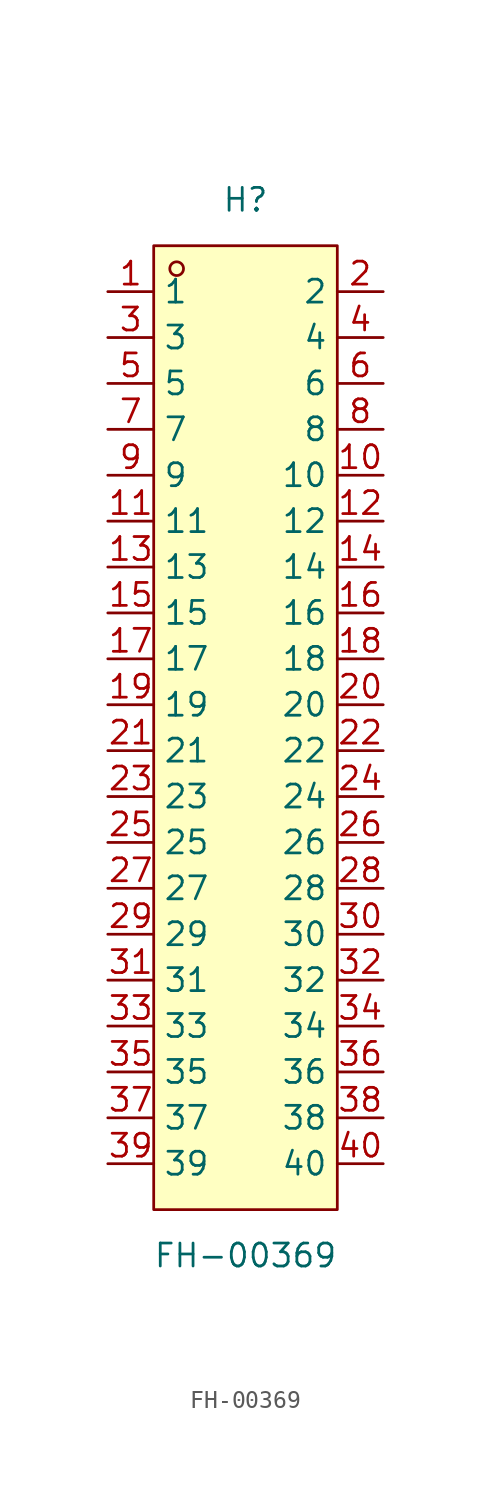
<source format=kicad_sym>
(kicad_symbol_lib
  (version 20211014)
  (generator https://github.com/uPesy/easyeda2kicad.py)
  (symbol "FH-00369"
    (property "Reference" "H"
      (at 0 29.21 0)
      (effects (font (size 1.27 1.27))))
    (property "Value" "FH-00369"
      (at 0 -29.21 0)
      (effects (font (size 1.27 1.27))))
    (symbol "FH-00369_0_1"
      (rectangle (start -5.08 26.67) (end 5.08 -26.67) (stroke (width 0) (type default) (color 0 0 0 0)) (fill (type background)))
      (circle (center -3.81 25.40) (radius 0.38) (stroke (width 0) (type default) (color 0 0 0 0)) (fill (type none)))
      (pin unspecified line (at -7.62 24.13 0) (length 2.54) (name "1" (effects (font (size 1.27 1.27)))) (number "1" (effects (font (size 1.27 1.27)))))
      (pin unspecified line (at 7.62 -24.13 180) (length 2.54) (name "40" (effects (font (size 1.27 1.27)))) (number "40" (effects (font (size 1.27 1.27)))))
      (pin unspecified line (at -7.62 21.59 0) (length 2.54) (name "3" (effects (font (size 1.27 1.27)))) (number "3" (effects (font (size 1.27 1.27)))))
      (pin unspecified line (at 7.62 -21.59 180) (length 2.54) (name "38" (effects (font (size 1.27 1.27)))) (number "38" (effects (font (size 1.27 1.27)))))
      (pin unspecified line (at -7.62 19.05 0) (length 2.54) (name "5" (effects (font (size 1.27 1.27)))) (number "5" (effects (font (size 1.27 1.27)))))
      (pin unspecified line (at 7.62 -19.05 180) (length 2.54) (name "36" (effects (font (size 1.27 1.27)))) (number "36" (effects (font (size 1.27 1.27)))))
      (pin unspecified line (at -7.62 16.51 0) (length 2.54) (name "7" (effects (font (size 1.27 1.27)))) (number "7" (effects (font (size 1.27 1.27)))))
      (pin unspecified line (at 7.62 -16.51 180) (length 2.54) (name "34" (effects (font (size 1.27 1.27)))) (number "34" (effects (font (size 1.27 1.27)))))
      (pin unspecified line (at -7.62 13.97 0) (length 2.54) (name "9" (effects (font (size 1.27 1.27)))) (number "9" (effects (font (size 1.27 1.27)))))
      (pin unspecified line (at 7.62 -13.97 180) (length 2.54) (name "32" (effects (font (size 1.27 1.27)))) (number "32" (effects (font (size 1.27 1.27)))))
      (pin unspecified line (at -7.62 11.43 0) (length 2.54) (name "11" (effects (font (size 1.27 1.27)))) (number "11" (effects (font (size 1.27 1.27)))))
      (pin unspecified line (at 7.62 -11.43 180) (length 2.54) (name "30" (effects (font (size 1.27 1.27)))) (number "30" (effects (font (size 1.27 1.27)))))
      (pin unspecified line (at -7.62 8.89 0) (length 2.54) (name "13" (effects (font (size 1.27 1.27)))) (number "13" (effects (font (size 1.27 1.27)))))
      (pin unspecified line (at 7.62 -8.89 180) (length 2.54) (name "28" (effects (font (size 1.27 1.27)))) (number "28" (effects (font (size 1.27 1.27)))))
      (pin unspecified line (at -7.62 6.35 0) (length 2.54) (name "15" (effects (font (size 1.27 1.27)))) (number "15" (effects (font (size 1.27 1.27)))))
      (pin unspecified line (at 7.62 -6.35 180) (length 2.54) (name "26" (effects (font (size 1.27 1.27)))) (number "26" (effects (font (size 1.27 1.27)))))
      (pin unspecified line (at -7.62 3.81 0) (length 2.54) (name "17" (effects (font (size 1.27 1.27)))) (number "17" (effects (font (size 1.27 1.27)))))
      (pin unspecified line (at 7.62 -3.81 180) (length 2.54) (name "24" (effects (font (size 1.27 1.27)))) (number "24" (effects (font (size 1.27 1.27)))))
      (pin unspecified line (at -7.62 1.27 0) (length 2.54) (name "19" (effects (font (size 1.27 1.27)))) (number "19" (effects (font (size 1.27 1.27)))))
      (pin unspecified line (at 7.62 -1.27 180) (length 2.54) (name "22" (effects (font (size 1.27 1.27)))) (number "22" (effects (font (size 1.27 1.27)))))
      (pin unspecified line (at -7.62 -1.27 0) (length 2.54) (name "21" (effects (font (size 1.27 1.27)))) (number "21" (effects (font (size 1.27 1.27)))))
      (pin unspecified line (at 7.62 1.27 180) (length 2.54) (name "20" (effects (font (size 1.27 1.27)))) (number "20" (effects (font (size 1.27 1.27)))))
      (pin unspecified line (at -7.62 -3.81 0) (length 2.54) (name "23" (effects (font (size 1.27 1.27)))) (number "23" (effects (font (size 1.27 1.27)))))
      (pin unspecified line (at 7.62 3.81 180) (length 2.54) (name "18" (effects (font (size 1.27 1.27)))) (number "18" (effects (font (size 1.27 1.27)))))
      (pin unspecified line (at -7.62 -6.35 0) (length 2.54) (name "25" (effects (font (size 1.27 1.27)))) (number "25" (effects (font (size 1.27 1.27)))))
      (pin unspecified line (at 7.62 6.35 180) (length 2.54) (name "16" (effects (font (size 1.27 1.27)))) (number "16" (effects (font (size 1.27 1.27)))))
      (pin unspecified line (at -7.62 -8.89 0) (length 2.54) (name "27" (effects (font (size 1.27 1.27)))) (number "27" (effects (font (size 1.27 1.27)))))
      (pin unspecified line (at 7.62 8.89 180) (length 2.54) (name "14" (effects (font (size 1.27 1.27)))) (number "14" (effects (font (size 1.27 1.27)))))
      (pin unspecified line (at -7.62 -11.43 0) (length 2.54) (name "29" (effects (font (size 1.27 1.27)))) (number "29" (effects (font (size 1.27 1.27)))))
      (pin unspecified line (at 7.62 11.43 180) (length 2.54) (name "12" (effects (font (size 1.27 1.27)))) (number "12" (effects (font (size 1.27 1.27)))))
      (pin unspecified line (at -7.62 -13.97 0) (length 2.54) (name "31" (effects (font (size 1.27 1.27)))) (number "31" (effects (font (size 1.27 1.27)))))
      (pin unspecified line (at 7.62 13.97 180) (length 2.54) (name "10" (effects (font (size 1.27 1.27)))) (number "10" (effects (font (size 1.27 1.27)))))
      (pin unspecified line (at -7.62 -16.51 0) (length 2.54) (name "33" (effects (font (size 1.27 1.27)))) (number "33" (effects (font (size 1.27 1.27)))))
      (pin unspecified line (at 7.62 16.51 180) (length 2.54) (name "8" (effects (font (size 1.27 1.27)))) (number "8" (effects (font (size 1.27 1.27)))))
      (pin unspecified line (at -7.62 -19.05 0) (length 2.54) (name "35" (effects (font (size 1.27 1.27)))) (number "35" (effects (font (size 1.27 1.27)))))
      (pin unspecified line (at 7.62 19.05 180) (length 2.54) (name "6" (effects (font (size 1.27 1.27)))) (number "6" (effects (font (size 1.27 1.27)))))
      (pin unspecified line (at -7.62 -21.59 0) (length 2.54) (name "37" (effects (font (size 1.27 1.27)))) (number "37" (effects (font (size 1.27 1.27)))))
      (pin unspecified line (at 7.62 21.59 180) (length 2.54) (name "4" (effects (font (size 1.27 1.27)))) (number "4" (effects (font (size 1.27 1.27)))))
      (pin unspecified line (at -7.62 -24.13 0) (length 2.54) (name "39" (effects (font (size 1.27 1.27)))) (number "39" (effects (font (size 1.27 1.27)))))
      (pin unspecified line (at 7.62 24.13 180) (length 2.54) (name "2" (effects (font (size 1.27 1.27)))) (number "2" (effects (font (size 1.27 1.27))))))))
</source>
